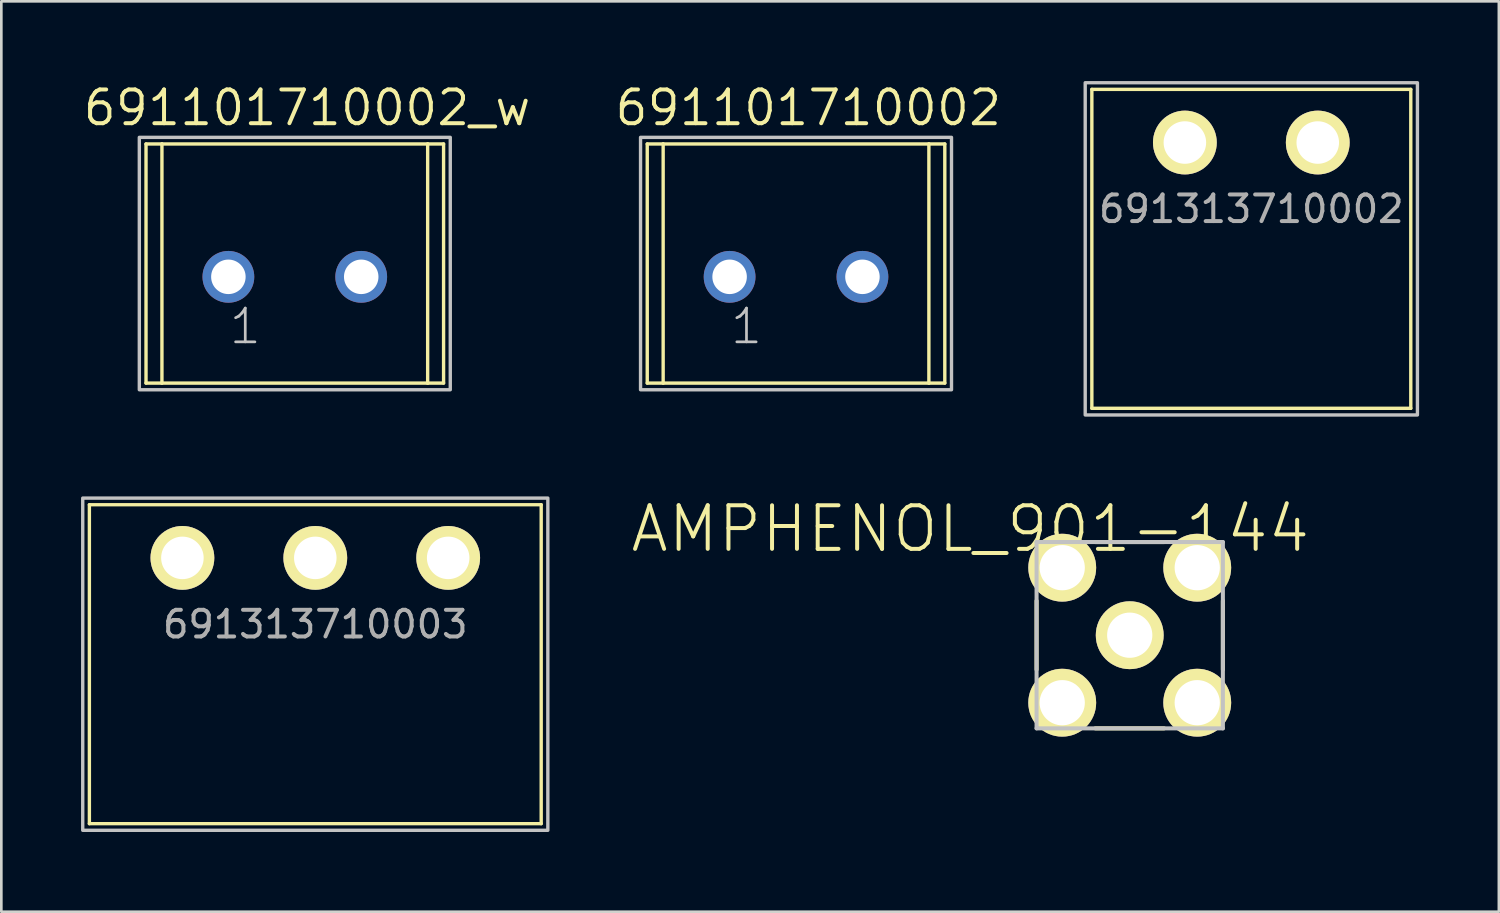
<source format=kicad_pcb>
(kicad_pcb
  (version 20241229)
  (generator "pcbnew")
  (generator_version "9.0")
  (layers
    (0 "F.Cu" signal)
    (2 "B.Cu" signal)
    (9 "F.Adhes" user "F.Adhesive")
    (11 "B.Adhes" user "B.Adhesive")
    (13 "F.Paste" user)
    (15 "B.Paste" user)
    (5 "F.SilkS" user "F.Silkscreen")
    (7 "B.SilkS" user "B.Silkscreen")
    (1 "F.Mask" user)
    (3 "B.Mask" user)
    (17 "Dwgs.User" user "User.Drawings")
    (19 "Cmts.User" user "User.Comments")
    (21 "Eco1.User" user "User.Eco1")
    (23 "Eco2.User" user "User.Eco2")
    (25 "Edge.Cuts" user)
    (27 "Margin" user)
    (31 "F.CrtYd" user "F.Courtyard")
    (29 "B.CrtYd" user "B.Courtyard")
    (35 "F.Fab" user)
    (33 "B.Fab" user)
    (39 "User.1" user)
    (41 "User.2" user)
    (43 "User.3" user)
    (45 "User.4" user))
  (footprint "691313710003"
    (layer "F.Cu")
    (at 8.813 17.941)
    (property "Reference" "691313710003" (at 0 2.5 0) (layer "F.Fab") (effects (font (size 1.002 1.002) (thickness 0.15))))
    (attr through_hole)
    (fp_line (start -8.5 -2) (end -8.5 10) (stroke (width 0.127) (type solid)) (layer "F.SilkS"))
    (fp_line (start -8.5 10) (end 8.5 10) (stroke (width 0.127) (type solid)) (layer "F.SilkS"))
    (fp_line (start 8.5 -2) (end -8.5 -2) (stroke (width 0.127) (type solid)) (layer "F.SilkS"))
    (fp_line (start 8.5 10) (end 8.5 -2) (stroke (width 0.127) (type solid)) (layer "F.SilkS"))
    (fp_poly (pts (xy -8.75 -2.25) (xy 8.75 -2.25) (xy 8.75 10.25) (xy -8.75 10.25)) (stroke (width 0.127) (type solid)) (fill no) (layer "Dwgs.User"))
    (pad "1" thru_hole circle (at -5 0) (size 2.4 2.4) (drill 1.6) (layers "*.Cu" "*.Mask" "F.SilkS"))
    (pad "2" thru_hole circle (at 0 0) (size 2.4 2.4) (drill 1.6) (layers "*.Cu" "*.Mask" "F.SilkS"))
    (pad "3" thru_hole circle (at 5 0) (size 2.4 2.4) (drill 1.6) (layers "*.Cu" "*.Mask" "F.SilkS")))
  (footprint "AMPHENOL_901-144"
    (layer "F.Cu")
    (at 39.457 20.85)
    (property "Reference" "AMPHENOL_901-144" (at -6 -4 0) (layer "F.SilkS") (effects (font (size 1.64 1.64) (thickness 0.15))))
    (attr through_hole)
    (fp_line (start -3.505 -1.295) (end -3.505 1.295) (stroke (width 0.152) (type solid)) (layer "F.SilkS"))
    (fp_line (start -1.295 3.505) (end 1.295 3.505) (stroke (width 0.152) (type solid)) (layer "F.SilkS"))
    (fp_line (start 1.295 -3.505) (end -1.295 -3.505) (stroke (width 0.152) (type solid)) (layer "F.SilkS"))
    (fp_line (start 3.505 1.295) (end 3.505 -1.295) (stroke (width 0.152) (type solid)) (layer "F.SilkS"))
    (fp_line (start -3.505 -3.505) (end -3.505 3.505) (stroke (width 0.152) (type solid)) (layer "Dwgs.User"))
    (fp_line (start -3.505 3.505) (end 3.505 3.505) (stroke (width 0.152) (type solid)) (layer "Dwgs.User"))
    (fp_line (start 3.505 -3.505) (end -3.505 -3.505) (stroke (width 0.152) (type solid)) (layer "Dwgs.User"))
    (fp_line (start 3.505 3.505) (end 3.505 -3.505) (stroke (width 0.152) (type solid)) (layer "Dwgs.User"))
    (pad "1" thru_hole circle (at 0 0) (size 2.553 2.553) (drill 1.702) (layers "*.Cu" "*.Mask" "F.SilkS"))
    (pad "2" thru_hole circle (at -2.54 -2.54) (size 2.553 2.553) (drill 1.702) (layers "*.Cu" "*.Mask" "F.SilkS"))
    (pad "3" thru_hole circle (at -2.54 2.54) (size 2.553 2.553) (drill 1.702) (layers "*.Cu" "*.Mask" "F.SilkS"))
    (pad "4" thru_hole circle (at 2.54 2.54) (size 2.553 2.553) (drill 1.702) (layers "*.Cu" "*.Mask" "F.SilkS"))
    (pad "5" thru_hole circle (at 2.54 -2.54) (size 2.553 2.553) (drill 1.702) (layers "*.Cu" "*.Mask" "F.SilkS")))
  (footprint "691313710002"
    (layer "F.Cu")
    (at 44.032 2.313)
    (property "Reference" "691313710002" (at 0 2.5 0) (layer "F.Fab") (effects (font (size 1.002 1.002) (thickness 0.15))))
    (attr through_hole)
    (fp_line (start -6 -2) (end -6 10) (stroke (width 0.127) (type solid)) (layer "F.SilkS"))
    (fp_line (start -6 10) (end 6 10) (stroke (width 0.127) (type solid)) (layer "F.SilkS"))
    (fp_line (start 6 -2) (end -6 -2) (stroke (width 0.127) (type solid)) (layer "F.SilkS"))
    (fp_line (start 6 10) (end 6 -2) (stroke (width 0.127) (type solid)) (layer "F.SilkS"))
    (fp_poly (pts (xy 6.25 -2.25) (xy 6.25 10.25) (xy -6.25 10.25) (xy -6.25 -2.25)) (stroke (width 0.127) (type solid)) (fill no) (layer "Dwgs.User"))
    (pad "1" thru_hole circle (at -2.5 0) (size 2.4 2.4) (drill 1.6) (layers "*.Cu" "*.Mask" "F.SilkS"))
    (pad "2" thru_hole circle (at 2.5 0) (size 2.4 2.4) (drill 1.6) (layers "*.Cu" "*.Mask" "F.SilkS")))
  (footprint "691101710002"
    (layer "F.Cu")
    (at 26.901 7.366)
    (property "Reference" "691101710002" (at 0.462 -6.36 0) (layer "F.SilkS") (effects (font (size 1.27 1.27) (thickness 0.15))))
    (attr exclude_from_pos_files exclude_from_bom)
    (fp_line (start -5.598 -4.999) (end -5.598 3.998) (stroke (width 0.127) (type solid)) (layer "F.SilkS"))
    (fp_line (start -5.598 3.998) (end -4.999 3.998) (stroke (width 0.127) (type solid)) (layer "F.SilkS"))
    (fp_line (start -4.999 -4.999) (end -5.598 -4.999) (stroke (width 0.127) (type solid)) (layer "F.SilkS"))
    (fp_line (start -4.999 -4.999) (end -4.999 3.998) (stroke (width 0.127) (type solid)) (layer "F.SilkS"))
    (fp_line (start -4.999 3.998) (end 4.999 3.998) (stroke (width 0.127) (type solid)) (layer "F.SilkS"))
    (fp_line (start 4.999 -4.999) (end -4.999 -4.999) (stroke (width 0.127) (type solid)) (layer "F.SilkS"))
    (fp_line (start 4.999 -4.999) (end 4.999 3.998) (stroke (width 0.127) (type solid)) (layer "F.SilkS"))
    (fp_line (start 4.999 3.998) (end 5.598 3.998) (stroke (width 0.127) (type solid)) (layer "F.SilkS"))
    (fp_line (start 5.598 -4.999) (end 4.999 -4.999) (stroke (width 0.127) (type solid)) (layer "F.SilkS"))
    (fp_line (start 5.598 3.998) (end 5.598 -4.999) (stroke (width 0.127) (type solid)) (layer "F.SilkS"))
    (fp_poly (pts (xy -5.85 -5.248) (xy 5.85 -5.248) (xy 5.85 4.249) (xy -5.85 4.249) (xy -5.85 -5.248)) (stroke (width 0.127) (type solid)) (fill no) (layer "Dwgs.User"))
    (fp_text user "1" (at -1.864 1.864 0) (layer "Dwgs.User") (effects (font (size 1.27 1.27) (thickness 0.102))))
    (pad "1" thru_hole circle (at -2.499 0) (size 1.948 1.948) (drill 1.298) (layers "*.Cu" "*.Paste" "*.Mask"))
    (pad "2" thru_hole circle (at 2.499 0) (size 1.948 1.948) (drill 1.298) (layers "*.Cu" "*.Paste" "*.Mask")))
  (footprint "691101710002_w"
    (layer "F.Cu")
    (at 8.042 7.366)
    (property "Reference" "691101710002_w" (at 0.462 -6.36 0) (layer "F.SilkS") (effects (font (size 1.27 1.27) (thickness 0.15))))
    (attr exclude_from_pos_files exclude_from_bom)
    (fp_line (start -5.598 -4.999) (end -5.598 3.998) (stroke (width 0.127) (type solid)) (layer "F.SilkS"))
    (fp_line (start -5.598 3.998) (end -4.999 3.998) (stroke (width 0.127) (type solid)) (layer "F.SilkS"))
    (fp_line (start -4.999 -4.999) (end -5.598 -4.999) (stroke (width 0.127) (type solid)) (layer "F.SilkS"))
    (fp_line (start -4.999 -4.999) (end -4.999 3.998) (stroke (width 0.127) (type solid)) (layer "F.SilkS"))
    (fp_line (start -4.999 3.998) (end 4.999 3.998) (stroke (width 0.127) (type solid)) (layer "F.SilkS"))
    (fp_line (start 4.999 -4.999) (end -4.999 -4.999) (stroke (width 0.127) (type solid)) (layer "F.SilkS"))
    (fp_line (start 4.999 -4.999) (end 4.999 3.998) (stroke (width 0.127) (type solid)) (layer "F.SilkS"))
    (fp_line (start 4.999 3.998) (end 5.598 3.998) (stroke (width 0.127) (type solid)) (layer "F.SilkS"))
    (fp_line (start 5.598 -4.999) (end 4.999 -4.999) (stroke (width 0.127) (type solid)) (layer "F.SilkS"))
    (fp_line (start 5.598 3.998) (end 5.598 -4.999) (stroke (width 0.127) (type solid)) (layer "F.SilkS"))
    (fp_poly (pts (xy -5.85 -5.248) (xy 5.85 -5.248) (xy 5.85 4.249) (xy -5.85 4.249) (xy -5.85 -5.248)) (stroke (width 0.127) (type solid)) (fill no) (layer "Dwgs.User"))
    (fp_text user "1" (at -1.864 1.864 0) (layer "Dwgs.User") (effects (font (size 1.27 1.27) (thickness 0.102))))
    (pad "1" thru_hole circle (at -2.499 0) (size 1.948 1.948) (drill 1.298) (layers "*.Cu" "*.Paste" "*.Mask"))
    (pad "2" thru_hole circle (at 2.499 0) (size 1.948 1.948) (drill 1.298) (layers "*.Cu" "*.Paste" "*.Mask")))
  (gr_rect
    (start -3 -3)
    (end 53.346 31.254)
    (stroke (width 0.1) (type default))
    (fill no)
    (layer "Edge.Cuts")))
</source>
